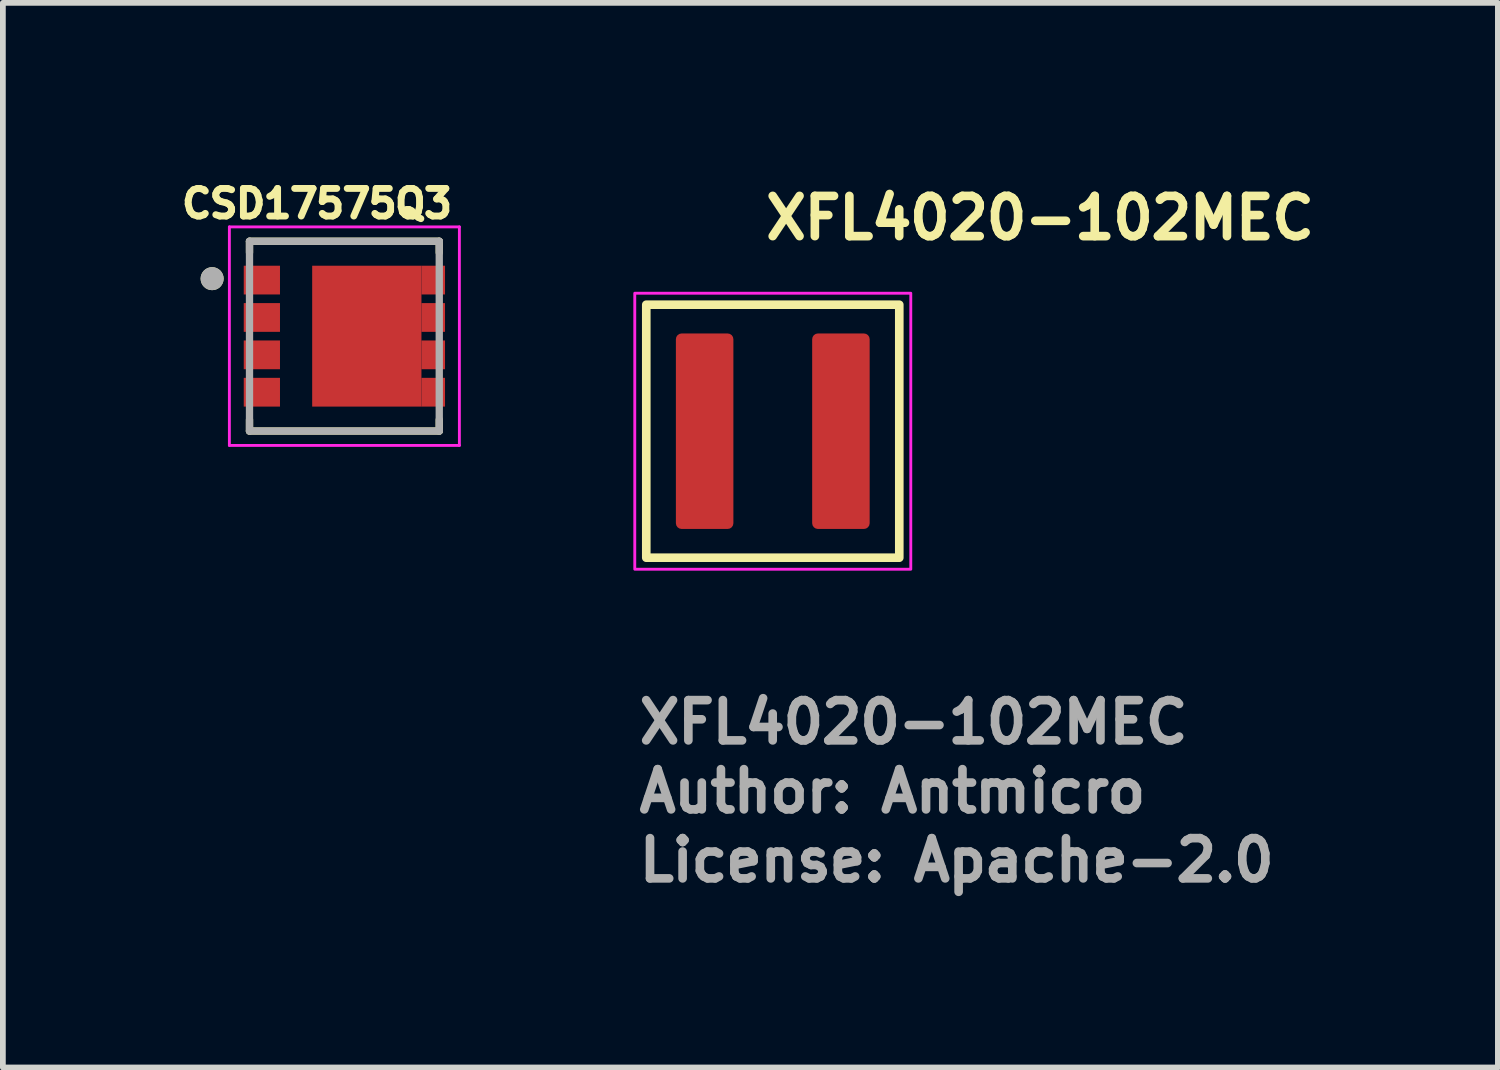
<source format=kicad_pcb>
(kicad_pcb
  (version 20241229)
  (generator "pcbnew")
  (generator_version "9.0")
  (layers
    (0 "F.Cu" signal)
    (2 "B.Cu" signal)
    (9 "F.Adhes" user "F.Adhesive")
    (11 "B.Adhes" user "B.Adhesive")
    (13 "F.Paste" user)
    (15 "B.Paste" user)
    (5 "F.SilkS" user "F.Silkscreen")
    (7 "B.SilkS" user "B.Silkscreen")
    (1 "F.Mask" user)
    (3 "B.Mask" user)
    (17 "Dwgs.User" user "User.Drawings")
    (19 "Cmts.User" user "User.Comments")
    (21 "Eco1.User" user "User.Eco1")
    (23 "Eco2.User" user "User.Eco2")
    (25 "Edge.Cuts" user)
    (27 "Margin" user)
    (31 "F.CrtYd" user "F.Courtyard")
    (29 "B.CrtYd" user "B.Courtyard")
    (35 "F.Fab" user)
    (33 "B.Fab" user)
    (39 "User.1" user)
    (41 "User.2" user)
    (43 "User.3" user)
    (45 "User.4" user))
  (footprint "XFL4020-102MEC"
    (layer "F.Cu")
    (at 10.389 4.449)
    (property "Reference" "XFL4020-102MEC" (at -0.2 -3.299 0) (layer "F.SilkS") (effects (font (size 0.7 0.7) (thickness 0.15)) (justify left bottom)))
    (attr smd)
    (fp_rect (start -2.2 -2.2) (end 2.2 2.2) (stroke (width 0.15) (type solid)) (fill no) (layer "F.SilkS"))
    (fp_rect (start -2.4 -2.4) (end 2.4 2.4) (stroke (width 0.05) (type solid)) (fill no) (layer "F.CrtYd"))
    (fp_rect (start -2.15 -2.15) (end 2.15 2.15) (stroke (width 0.1) (type solid)) (fill no) (layer "User.5"))
    (fp_line (start -2.15 -1.899) (end -2.15 1.899) (stroke (width 0.02) (type solid)) (layer "User.9"))
    (fp_line (start -2.15 -1.899) (end -2.149 -1.912) (stroke (width 0.02) (type solid)) (layer "User.9"))
    (fp_line (start -2.149 -1.912) (end -2.148 -1.924) (stroke (width 0.02) (type solid)) (layer "User.9"))
    (fp_line (start -2.149 1.912) (end -2.15 1.899) (stroke (width 0.02) (type solid)) (layer "User.9"))
    (fp_line (start -2.148 -1.924) (end -2.147 -1.936) (stroke (width 0.02) (type solid)) (layer "User.9"))
    (fp_line (start -2.148 1.924) (end -2.149 1.912) (stroke (width 0.02) (type solid)) (layer "User.9"))
    (fp_line (start -2.147 -1.936) (end -2.145 -1.949) (stroke (width 0.02) (type solid)) (layer "User.9"))
    (fp_line (start -2.147 1.936) (end -2.148 1.924) (stroke (width 0.02) (type solid)) (layer "User.9"))
    (fp_line (start -2.145 -1.949) (end -2.142 -1.96) (stroke (width 0.02) (type solid)) (layer "User.9"))
    (fp_line (start -2.145 1.949) (end -2.147 1.936) (stroke (width 0.02) (type solid)) (layer "User.9"))
    (fp_line (start -2.142 -1.96) (end -2.139 -1.972) (stroke (width 0.02) (type solid)) (layer "User.9"))
    (fp_line (start -2.142 1.96) (end -2.145 1.949) (stroke (width 0.02) (type solid)) (layer "User.9"))
    (fp_line (start -2.139 -1.972) (end -2.135 -1.984) (stroke (width 0.02) (type solid)) (layer "User.9"))
    (fp_line (start -2.139 1.972) (end -2.142 1.96) (stroke (width 0.02) (type solid)) (layer "User.9"))
    (fp_line (start -2.135 -1.984) (end -2.13 -1.995) (stroke (width 0.02) (type solid)) (layer "User.9"))
    (fp_line (start -2.135 1.984) (end -2.139 1.972) (stroke (width 0.02) (type solid)) (layer "User.9"))
    (fp_line (start -2.13 -1.995) (end -2.126 -2.006) (stroke (width 0.02) (type solid)) (layer "User.9"))
    (fp_line (start -2.13 1.995) (end -2.135 1.984) (stroke (width 0.02) (type solid)) (layer "User.9"))
    (fp_line (start -2.126 -2.006) (end -2.12 -2.016) (stroke (width 0.02) (type solid)) (layer "User.9"))
    (fp_line (start -2.126 2.006) (end -2.13 1.995) (stroke (width 0.02) (type solid)) (layer "User.9"))
    (fp_line (start -2.12 -2.016) (end -2.114 -2.028) (stroke (width 0.02) (type solid)) (layer "User.9"))
    (fp_line (start -2.12 2.016) (end -2.126 2.006) (stroke (width 0.02) (type solid)) (layer "User.9"))
    (fp_line (start -2.114 -2.028) (end -2.107 -2.038) (stroke (width 0.02) (type solid)) (layer "User.9"))
    (fp_line (start -2.114 2.028) (end -2.12 2.016) (stroke (width 0.02) (type solid)) (layer "User.9"))
    (fp_line (start -2.107 -2.038) (end -2.1 -2.048) (stroke (width 0.02) (type solid)) (layer "User.9"))
    (fp_line (start -2.107 2.038) (end -2.114 2.028) (stroke (width 0.02) (type solid)) (layer "User.9"))
    (fp_line (start -2.1 -2.048) (end -2.093 -2.058) (stroke (width 0.02) (type solid)) (layer "User.9"))
    (fp_line (start -2.1 2.048) (end -2.107 2.038) (stroke (width 0.02) (type solid)) (layer "User.9"))
    (fp_line (start -2.093 -2.058) (end -2.085 -2.067) (stroke (width 0.02) (type solid)) (layer "User.9"))
    (fp_line (start -2.093 2.058) (end -2.1 2.048) (stroke (width 0.02) (type solid)) (layer "User.9"))
    (fp_line (start -2.085 -2.067) (end -2.076 -2.076) (stroke (width 0.02) (type solid)) (layer "User.9"))
    (fp_line (start -2.085 2.067) (end -2.093 2.058) (stroke (width 0.02) (type solid)) (layer "User.9"))
    (fp_line (start -2.076 -2.076) (end -2.076 -2.076) (stroke (width 0.02) (type solid)) (layer "User.9"))
    (fp_line (start -2.076 -2.076) (end -2.067 -2.085) (stroke (width 0.02) (type solid)) (layer "User.9"))
    (fp_line (start -2.076 2.076) (end -2.085 2.067) (stroke (width 0.02) (type solid)) (layer "User.9"))
    (fp_line (start -2.076 2.076) (end -2.076 2.076) (stroke (width 0.02) (type solid)) (layer "User.9"))
    (fp_line (start -2.067 -2.085) (end -2.058 -2.093) (stroke (width 0.02) (type solid)) (layer "User.9"))
    (fp_line (start -2.067 2.085) (end -2.076 2.076) (stroke (width 0.02) (type solid)) (layer "User.9"))
    (fp_line (start -2.058 -2.093) (end -2.048 -2.1) (stroke (width 0.02) (type solid)) (layer "User.9"))
    (fp_line (start -2.058 2.093) (end -2.067 2.085) (stroke (width 0.02) (type solid)) (layer "User.9"))
    (fp_line (start -2.048 -2.1) (end -2.038 -2.107) (stroke (width 0.02) (type solid)) (layer "User.9"))
    (fp_line (start -2.048 2.1) (end -2.058 2.093) (stroke (width 0.02) (type solid)) (layer "User.9"))
    (fp_line (start -2.038 -2.107) (end -2.028 -2.114) (stroke (width 0.02) (type solid)) (layer "User.9"))
    (fp_line (start -2.038 2.107) (end -2.048 2.1) (stroke (width 0.02) (type solid)) (layer "User.9"))
    (fp_line (start -2.028 -2.114) (end -2.016 -2.12) (stroke (width 0.02) (type solid)) (layer "User.9"))
    (fp_line (start -2.028 2.114) (end -2.038 2.107) (stroke (width 0.02) (type solid)) (layer "User.9"))
    (fp_line (start -2.016 -2.12) (end -2.006 -2.126) (stroke (width 0.02) (type solid)) (layer "User.9"))
    (fp_line (start -2.016 2.12) (end -2.028 2.114) (stroke (width 0.02) (type solid)) (layer "User.9"))
    (fp_line (start -2.006 -2.126) (end -1.995 -2.13) (stroke (width 0.02) (type solid)) (layer "User.9"))
    (fp_line (start -2.006 2.126) (end -2.016 2.12) (stroke (width 0.02) (type solid)) (layer "User.9"))
    (fp_line (start -1.995 -2.13) (end -1.984 -2.135) (stroke (width 0.02) (type solid)) (layer "User.9"))
    (fp_line (start -1.995 2.13) (end -2.006 2.126) (stroke (width 0.02) (type solid)) (layer "User.9"))
    (fp_line (start -1.984 -2.135) (end -1.972 -2.139) (stroke (width 0.02) (type solid)) (layer "User.9"))
    (fp_line (start -1.984 2.135) (end -1.995 2.13) (stroke (width 0.02) (type solid)) (layer "User.9"))
    (fp_line (start -1.972 -2.139) (end -1.96 -2.142) (stroke (width 0.02) (type solid)) (layer "User.9"))
    (fp_line (start -1.972 2.139) (end -1.984 2.135) (stroke (width 0.02) (type solid)) (layer "User.9"))
    (fp_line (start -1.96 -2.142) (end -1.949 -2.145) (stroke (width 0.02) (type solid)) (layer "User.9"))
    (fp_line (start -1.96 2.142) (end -1.972 2.139) (stroke (width 0.02) (type solid)) (layer "User.9"))
    (fp_line (start -1.949 -2.145) (end -1.936 -2.147) (stroke (width 0.02) (type solid)) (layer "User.9"))
    (fp_line (start -1.949 2.145) (end -1.96 2.142) (stroke (width 0.02) (type solid)) (layer "User.9"))
    (fp_line (start -1.936 -2.147) (end -1.924 -2.148) (stroke (width 0.02) (type solid)) (layer "User.9"))
    (fp_line (start -1.936 2.147) (end -1.949 2.145) (stroke (width 0.02) (type solid)) (layer "User.9"))
    (fp_line (start -1.924 -2.148) (end -1.912 -2.149) (stroke (width 0.02) (type solid)) (layer "User.9"))
    (fp_line (start -1.924 2.148) (end -1.936 2.147) (stroke (width 0.02) (type solid)) (layer "User.9"))
    (fp_line (start -1.912 -2.149) (end -1.899 -2.15) (stroke (width 0.02) (type solid)) (layer "User.9"))
    (fp_line (start -1.912 2.149) (end -1.924 2.148) (stroke (width 0.02) (type solid)) (layer "User.9"))
    (fp_line (start -1.899 2.15) (end -1.912 2.149) (stroke (width 0.02) (type solid)) (layer "User.9"))
    (fp_line (start -1.899 2.15) (end 1.899 2.15) (stroke (width 0.02) (type solid)) (layer "User.9"))
    (fp_line (start -1.647 -1.5) (end -1.497 -1.5) (stroke (width 0.02) (type solid)) (layer "User.9"))
    (fp_line (start -1.647 1.5) (end -1.647 -1.5) (stroke (width 0.02) (type solid)) (layer "User.9"))
    (fp_line (start -1.497 -1.5) (end -1.497 1.5) (stroke (width 0.02) (type solid)) (layer "User.9"))
    (fp_line (start -1.497 1.5) (end -1.647 1.5) (stroke (width 0.02) (type solid)) (layer "User.9"))
    (fp_line (start 1.899 -2.15) (end -1.899 -2.15) (stroke (width 0.02) (type solid)) (layer "User.9"))
    (fp_line (start 1.899 -2.15) (end 1.912 -2.149) (stroke (width 0.02) (type solid)) (layer "User.9"))
    (fp_line (start 1.912 -2.149) (end 1.924 -2.148) (stroke (width 0.02) (type solid)) (layer "User.9"))
    (fp_line (start 1.912 2.149) (end 1.899 2.15) (stroke (width 0.02) (type solid)) (layer "User.9"))
    (fp_line (start 1.924 -2.148) (end 1.936 -2.147) (stroke (width 0.02) (type solid)) (layer "User.9"))
    (fp_line (start 1.924 2.148) (end 1.912 2.149) (stroke (width 0.02) (type solid)) (layer "User.9"))
    (fp_line (start 1.936 -2.147) (end 1.949 -2.145) (stroke (width 0.02) (type solid)) (layer "User.9"))
    (fp_line (start 1.936 2.147) (end 1.924 2.148) (stroke (width 0.02) (type solid)) (layer "User.9"))
    (fp_line (start 1.949 -2.145) (end 1.96 -2.142) (stroke (width 0.02) (type solid)) (layer "User.9"))
    (fp_line (start 1.949 2.145) (end 1.936 2.147) (stroke (width 0.02) (type solid)) (layer "User.9"))
    (fp_line (start 1.96 -2.142) (end 1.972 -2.139) (stroke (width 0.02) (type solid)) (layer "User.9"))
    (fp_line (start 1.96 2.142) (end 1.949 2.145) (stroke (width 0.02) (type solid)) (layer "User.9"))
    (fp_line (start 1.972 -2.139) (end 1.984 -2.135) (stroke (width 0.02) (type solid)) (layer "User.9"))
    (fp_line (start 1.972 2.139) (end 1.96 2.142) (stroke (width 0.02) (type solid)) (layer "User.9"))
    (fp_line (start 1.984 -2.135) (end 1.995 -2.13) (stroke (width 0.02) (type solid)) (layer "User.9"))
    (fp_line (start 1.984 2.135) (end 1.972 2.139) (stroke (width 0.02) (type solid)) (layer "User.9"))
    (fp_line (start 1.995 -2.13) (end 2.006 -2.126) (stroke (width 0.02) (type solid)) (layer "User.9"))
    (fp_line (start 1.995 2.13) (end 1.984 2.135) (stroke (width 0.02) (type solid)) (layer "User.9"))
    (fp_line (start 2.006 -2.126) (end 2.016 -2.12) (stroke (width 0.02) (type solid)) (layer "User.9"))
    (fp_line (start 2.006 2.126) (end 1.995 2.13) (stroke (width 0.02) (type solid)) (layer "User.9"))
    (fp_line (start 2.016 -2.12) (end 2.028 -2.114) (stroke (width 0.02) (type solid)) (layer "User.9"))
    (fp_line (start 2.016 2.12) (end 2.006 2.126) (stroke (width 0.02) (type solid)) (layer "User.9"))
    (fp_line (start 2.028 -2.114) (end 2.038 -2.107) (stroke (width 0.02) (type solid)) (layer "User.9"))
    (fp_line (start 2.028 2.114) (end 2.016 2.12) (stroke (width 0.02) (type solid)) (layer "User.9"))
    (fp_line (start 2.038 -2.107) (end 2.048 -2.1) (stroke (width 0.02) (type solid)) (layer "User.9"))
    (fp_line (start 2.038 2.107) (end 2.028 2.114) (stroke (width 0.02) (type solid)) (layer "User.9"))
    (fp_line (start 2.048 -2.1) (end 2.058 -2.093) (stroke (width 0.02) (type solid)) (layer "User.9"))
    (fp_line (start 2.048 2.1) (end 2.038 2.107) (stroke (width 0.02) (type solid)) (layer "User.9"))
    (fp_line (start 2.058 -2.093) (end 2.067 -2.085) (stroke (width 0.02) (type solid)) (layer "User.9"))
    (fp_line (start 2.058 2.093) (end 2.048 2.1) (stroke (width 0.02) (type solid)) (layer "User.9"))
    (fp_line (start 2.067 -2.085) (end 2.076 -2.076) (stroke (width 0.02) (type solid)) (layer "User.9"))
    (fp_line (start 2.067 2.085) (end 2.058 2.093) (stroke (width 0.02) (type solid)) (layer "User.9"))
    (fp_line (start 2.076 -2.076) (end 2.076 -2.076) (stroke (width 0.02) (type solid)) (layer "User.9"))
    (fp_line (start 2.076 -2.076) (end 2.085 -2.067) (stroke (width 0.02) (type solid)) (layer "User.9"))
    (fp_line (start 2.076 2.076) (end 2.067 2.085) (stroke (width 0.02) (type solid)) (layer "User.9"))
    (fp_line (start 2.076 2.076) (end 2.076 2.076) (stroke (width 0.02) (type solid)) (layer "User.9"))
    (fp_line (start 2.085 -2.067) (end 2.093 -2.058) (stroke (width 0.02) (type solid)) (layer "User.9"))
    (fp_line (start 2.085 2.067) (end 2.076 2.076) (stroke (width 0.02) (type solid)) (layer "User.9"))
    (fp_line (start 2.093 -2.058) (end 2.1 -2.048) (stroke (width 0.02) (type solid)) (layer "User.9"))
    (fp_line (start 2.093 2.058) (end 2.085 2.067) (stroke (width 0.02) (type solid)) (layer "User.9"))
    (fp_line (start 2.1 -2.048) (end 2.107 -2.038) (stroke (width 0.02) (type solid)) (layer "User.9"))
    (fp_line (start 2.1 2.048) (end 2.093 2.058) (stroke (width 0.02) (type solid)) (layer "User.9"))
    (fp_line (start 2.107 -2.038) (end 2.114 -2.028) (stroke (width 0.02) (type solid)) (layer "User.9"))
    (fp_line (start 2.107 2.038) (end 2.1 2.048) (stroke (width 0.02) (type solid)) (layer "User.9"))
    (fp_line (start 2.114 -2.028) (end 2.12 -2.016) (stroke (width 0.02) (type solid)) (layer "User.9"))
    (fp_line (start 2.114 2.028) (end 2.107 2.038) (stroke (width 0.02) (type solid)) (layer "User.9"))
    (fp_line (start 2.12 -2.016) (end 2.126 -2.006) (stroke (width 0.02) (type solid)) (layer "User.9"))
    (fp_line (start 2.12 2.016) (end 2.114 2.028) (stroke (width 0.02) (type solid)) (layer "User.9"))
    (fp_line (start 2.126 -2.006) (end 2.13 -1.995) (stroke (width 0.02) (type solid)) (layer "User.9"))
    (fp_line (start 2.126 2.006) (end 2.12 2.016) (stroke (width 0.02) (type solid)) (layer "User.9"))
    (fp_line (start 2.13 -1.995) (end 2.135 -1.984) (stroke (width 0.02) (type solid)) (layer "User.9"))
    (fp_line (start 2.13 1.995) (end 2.126 2.006) (stroke (width 0.02) (type solid)) (layer "User.9"))
    (fp_line (start 2.135 -1.984) (end 2.139 -1.972) (stroke (width 0.02) (type solid)) (layer "User.9"))
    (fp_line (start 2.135 1.984) (end 2.13 1.995) (stroke (width 0.02) (type solid)) (layer "User.9"))
    (fp_line (start 2.139 -1.972) (end 2.142 -1.96) (stroke (width 0.02) (type solid)) (layer "User.9"))
    (fp_line (start 2.139 1.972) (end 2.135 1.984) (stroke (width 0.02) (type solid)) (layer "User.9"))
    (fp_line (start 2.142 -1.96) (end 2.145 -1.949) (stroke (width 0.02) (type solid)) (layer "User.9"))
    (fp_line (start 2.142 1.96) (end 2.139 1.972) (stroke (width 0.02) (type solid)) (layer "User.9"))
    (fp_line (start 2.145 -1.949) (end 2.147 -1.936) (stroke (width 0.02) (type solid)) (layer "User.9"))
    (fp_line (start 2.145 1.949) (end 2.142 1.96) (stroke (width 0.02) (type solid)) (layer "User.9"))
    (fp_line (start 2.147 -1.936) (end 2.148 -1.924) (stroke (width 0.02) (type solid)) (layer "User.9"))
    (fp_line (start 2.147 1.936) (end 2.145 1.949) (stroke (width 0.02) (type solid)) (layer "User.9"))
    (fp_line (start 2.148 -1.924) (end 2.149 -1.912) (stroke (width 0.02) (type solid)) (layer "User.9"))
    (fp_line (start 2.148 1.924) (end 2.147 1.936) (stroke (width 0.02) (type solid)) (layer "User.9"))
    (fp_line (start 2.149 -1.912) (end 2.15 -1.899) (stroke (width 0.02) (type solid)) (layer "User.9"))
    (fp_line (start 2.149 1.912) (end 2.148 1.924) (stroke (width 0.02) (type solid)) (layer "User.9"))
    (fp_line (start 2.15 1.899) (end 2.149 1.912) (stroke (width 0.02) (type solid)) (layer "User.9"))
    (fp_line (start 2.15 1.899) (end 2.15 -1.899) (stroke (width 0.02) (type solid)) (layer "User.9"))
    (fp_text user "Author: Antmicro" (at -2.4 6.67 0) (layer "F.Fab") (effects (font (size 0.7 0.7) (thickness 0.15)) (justify left bottom)))
    (fp_text user "${REFERENCE}" (at -2.4 5.47 0) (layer "F.Fab") (effects (font (size 0.7 0.7) (thickness 0.15)) (justify left bottom)))
    (fp_text user "License: Apache-2.0" (at -2.4 7.87 0) (layer "F.Fab") (effects (font (size 0.7 0.7) (thickness 0.15)) (justify left bottom)))
    (pad "1" smd roundrect (at -1.185 0) (size 1 3.4) (layers "F.Cu" "F.Mask" "F.Paste") (roundrect_rratio 0.1))
    (pad "2" smd roundrect (at 1.185 0) (size 1 3.4) (layers "F.Cu" "F.Mask" "F.Paste") (roundrect_rratio 0.1)))
  (footprint "CSD17575Q3"
    (layer "F.Cu")
    (at 2.939 2.796)
    (property "Reference" "CSD17575Q3" (at -0.476 -2.305 0) (layer "F.SilkS") (effects (font (size 0.48 0.48) (thickness 0.12))))
    (attr smd)
    (fp_line (start -1.65 -1.65) (end -1.65 -1.453) (stroke (width 0.127) (type solid)) (layer "F.SilkS"))
    (fp_line (start -1.65 1.453) (end -1.65 1.65) (stroke (width 0.127) (type solid)) (layer "F.SilkS"))
    (fp_line (start -1.65 1.65) (end 1.65 1.65) (stroke (width 0.127) (type solid)) (layer "F.SilkS"))
    (fp_line (start 1.65 -1.65) (end -1.65 -1.65) (stroke (width 0.127) (type solid)) (layer "F.SilkS"))
    (fp_line (start 1.65 -1.453) (end 1.65 -1.65) (stroke (width 0.127) (type solid)) (layer "F.SilkS"))
    (fp_line (start 1.65 1.65) (end 1.65 1.453) (stroke (width 0.127) (type solid)) (layer "F.SilkS"))
    (fp_circle (center -2.3 -1) (end -2.2 -1) (stroke (width 0.2) (type solid)) (fill no) (layer "F.SilkS"))
    (fp_poly (pts (xy -1.21 -1.145) (xy -1.21 -0.805) (xy -1.66 -0.805) (xy -1.66 -1.145)) (stroke (width 0.01) (type solid)) (fill yes) (layer "F.Paste"))
    (fp_poly (pts (xy -1.21 -0.495) (xy -1.21 -0.155) (xy -1.66 -0.155) (xy -1.66 -0.495)) (stroke (width 0.01) (type solid)) (fill yes) (layer "F.Paste"))
    (fp_poly (pts (xy -1.21 0.155) (xy -1.21 0.495) (xy -1.66 0.495) (xy -1.66 0.155)) (stroke (width 0.01) (type solid)) (fill yes) (layer "F.Paste"))
    (fp_poly (pts (xy -1.21 0.805) (xy -1.21 1.145) (xy -1.66 1.145) (xy -1.66 0.805)) (stroke (width 0.01) (type solid)) (fill yes) (layer "F.Paste"))
    (fp_poly (pts (xy 0.985 -1.145) (xy 0.985 -0.125) (xy -0.46 -0.125) (xy -0.46 -1.145)) (stroke (width 0.01) (type solid)) (fill yes) (layer "F.Paste"))
    (fp_poly (pts (xy 0.985 0.125) (xy 0.985 1.145) (xy -0.46 1.145) (xy -0.46 0.125)) (stroke (width 0.01) (type solid)) (fill yes) (layer "F.Paste"))
    (fp_poly (pts (xy 1.66 -1.145) (xy 1.66 -0.805) (xy 1.21 -0.805) (xy 1.21 -1.145)) (stroke (width 0.01) (type solid)) (fill yes) (layer "F.Paste"))
    (fp_poly (pts (xy 1.66 -0.495) (xy 1.66 -0.155) (xy 1.21 -0.155) (xy 1.21 -0.495)) (stroke (width 0.01) (type solid)) (fill yes) (layer "F.Paste"))
    (fp_poly (pts (xy 1.66 0.155) (xy 1.66 0.495) (xy 1.21 0.495) (xy 1.21 0.155)) (stroke (width 0.01) (type solid)) (fill yes) (layer "F.Paste"))
    (fp_poly (pts (xy 1.66 0.805) (xy 1.66 1.145) (xy 1.21 1.145) (xy 1.21 0.805)) (stroke (width 0.01) (type solid)) (fill yes) (layer "F.Paste"))
    (fp_line (start -2 -1.9) (end 2 -1.9) (stroke (width 0.05) (type solid)) (layer "F.CrtYd"))
    (fp_line (start -2 1.9) (end -2 -1.9) (stroke (width 0.05) (type solid)) (layer "F.CrtYd"))
    (fp_line (start 2 -1.9) (end 2 1.9) (stroke (width 0.05) (type solid)) (layer "F.CrtYd"))
    (fp_line (start 2 1.9) (end -2 1.9) (stroke (width 0.05) (type solid)) (layer "F.CrtYd"))
    (fp_line (start -1.65 -1.65) (end 1.65 -1.65) (stroke (width 0.127) (type solid)) (layer "F.Fab"))
    (fp_line (start -1.65 1.65) (end -1.65 -1.65) (stroke (width 0.127) (type solid)) (layer "F.Fab"))
    (fp_line (start 1.65 -1.65) (end 1.65 1.65) (stroke (width 0.127) (type solid)) (layer "F.Fab"))
    (fp_line (start 1.65 1.65) (end -1.65 1.65) (stroke (width 0.127) (type solid)) (layer "F.Fab"))
    (fp_circle (center -2.3 -1) (end -2.2 -1) (stroke (width 0.2) (type solid)) (fill no) (layer "F.Fab"))
    (pad "1" smd rect (at -1.435 -0.975) (size 0.63 0.5) (layers "F.Cu" "F.Mask"))
    (pad "2" smd rect (at -1.435 -0.325) (size 0.63 0.5) (layers "F.Cu" "F.Mask"))
    (pad "3" smd rect (at -1.435 0.325) (size 0.63 0.5) (layers "F.Cu" "F.Mask"))
    (pad "4" smd rect (at -1.435 0.975) (size 0.63 0.5) (layers "F.Cu" "F.Mask"))
    (pad "5" smd rect (at 1.545 0.975) (size 0.41 0.5) (layers "F.Cu" "F.Mask"))
    (pad "6" smd rect (at 1.545 0.325) (size 0.41 0.5) (layers "F.Cu" "F.Mask"))
    (pad "7" smd rect (at 1.545 -0.325) (size 0.41 0.5) (layers "F.Cu" "F.Mask"))
    (pad "8" smd rect (at 1.545 -0.975) (size 0.41 0.5) (layers "F.Cu" "F.Mask"))
    (pad "9" smd rect (at 0.39 0) (size 1.9 2.45) (layers "F.Cu" "F.Mask")))
  (gr_rect
    (start -3 -3)
    (end 22.999 15.514)
    (stroke (width 0.1) (type default))
    (fill no)
    (layer "Edge.Cuts")))
</source>
